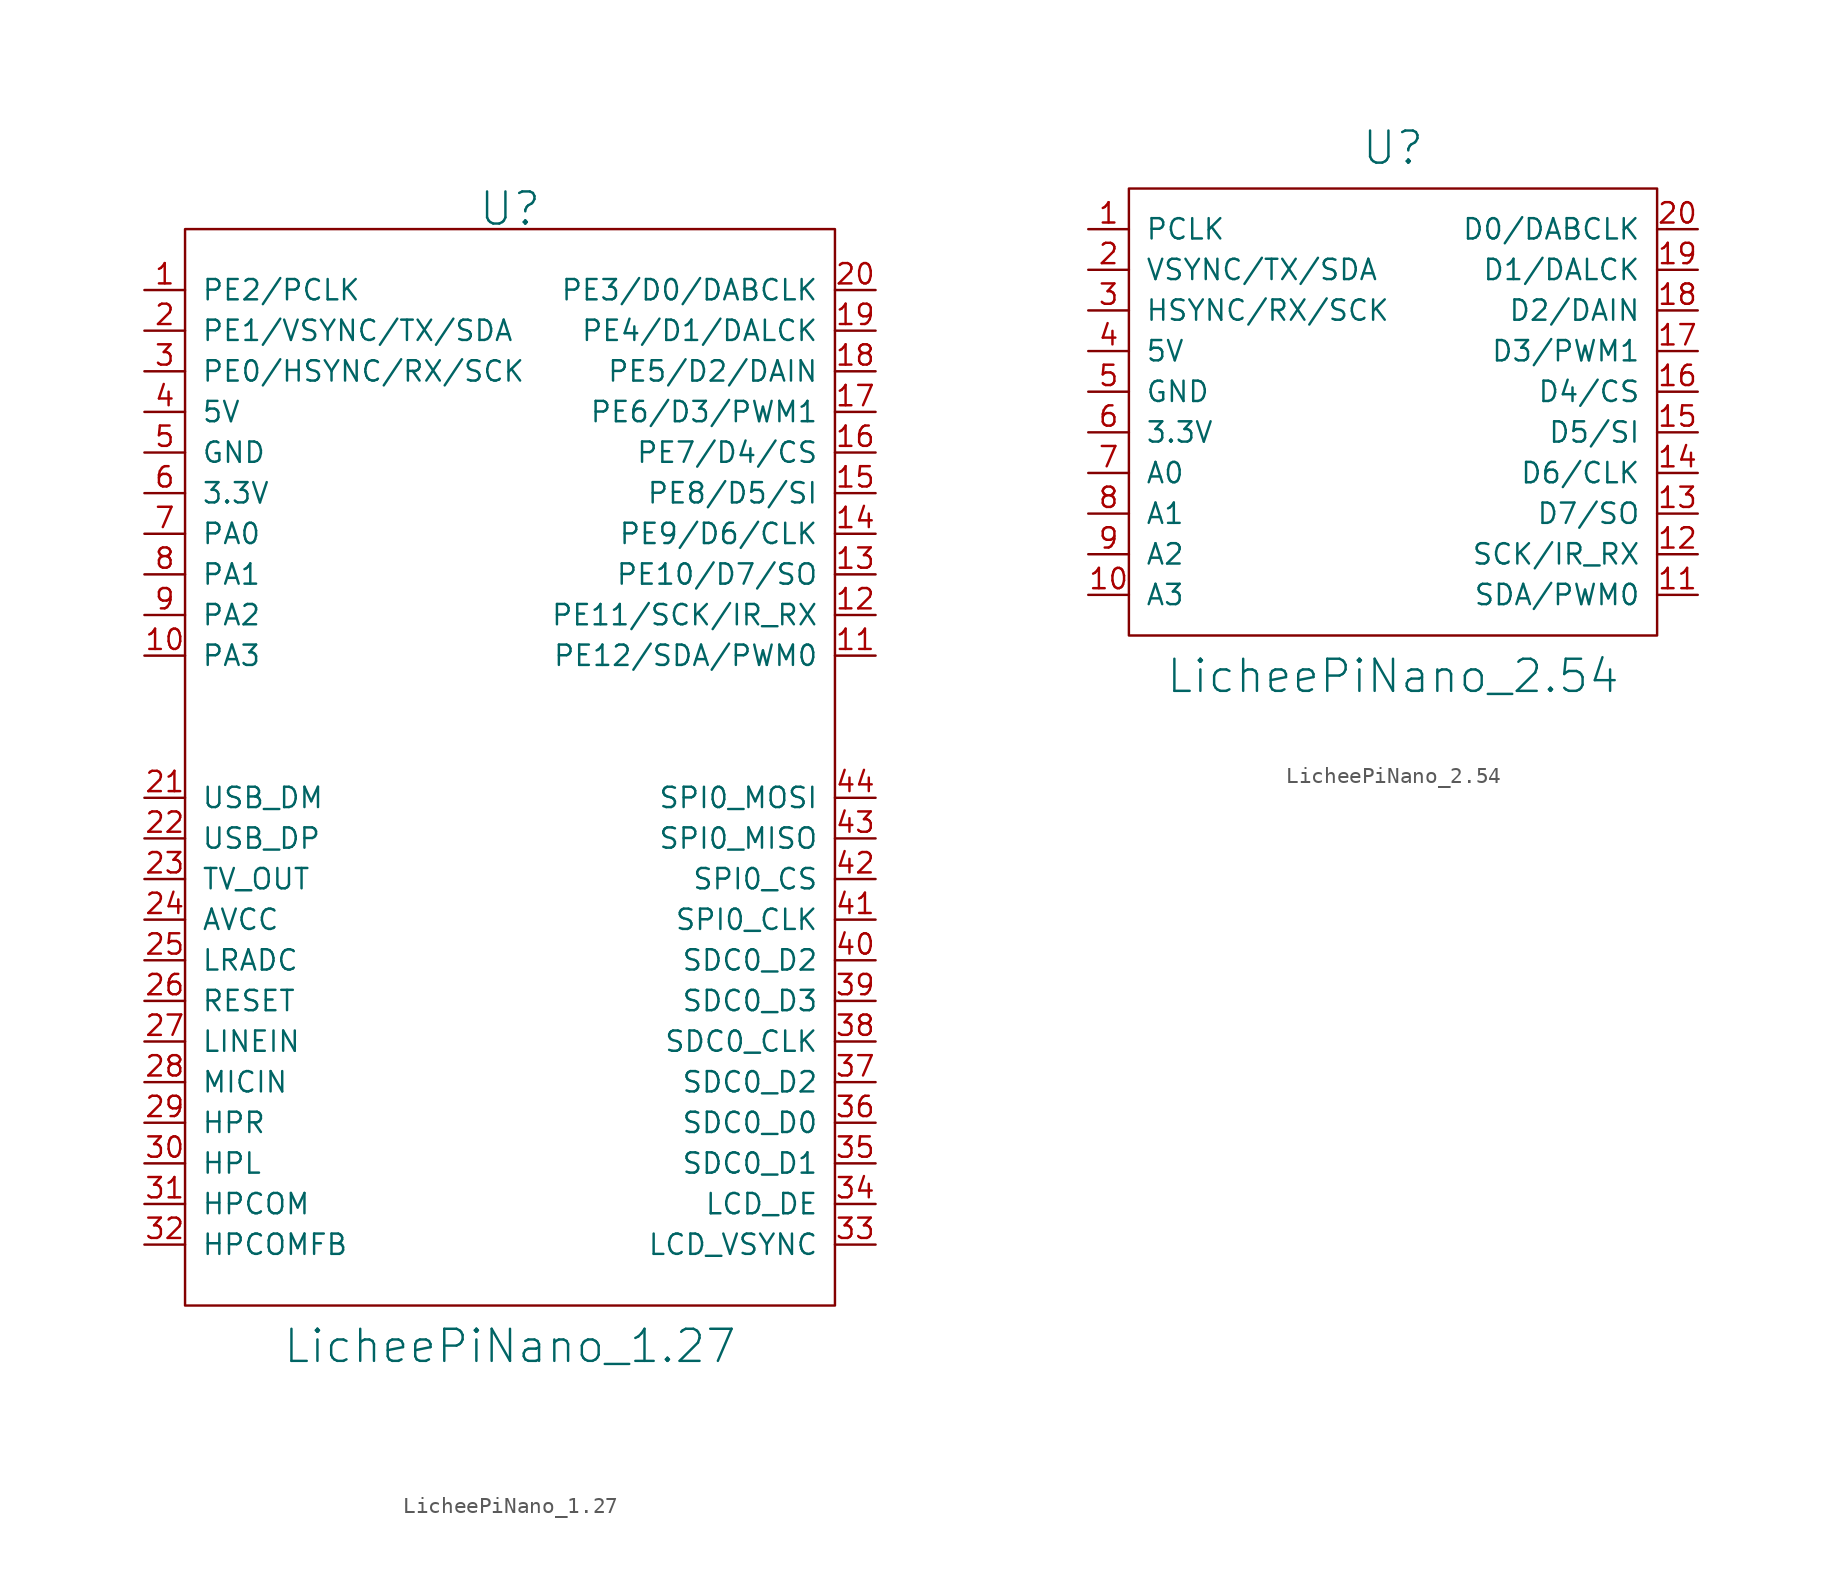
<source format=kicad_sym>
(kicad_symbol_lib
  (version 20220914)
  (generator kicad_symbol_editor)
  (symbol "LicheePiNano_1.27"
    (pin_names
      (offset 1.016))
    (property "Reference" "U"
      (at 0 16.51 0)
      (effects (font (size 2.007 2.007))))
    (property "Value" "LicheePiNano_1.27"
      (at 0 -54.61 0)
      (effects (font (size 2.007 2.007))))
    (symbol "LicheePiNano_1.27_0_0"
      (pin input line (at 22.86 -8.89 180) (length 2.54) (name "PE11/SCK/IR_RX" (effects (font (size 1.27 1.27)))) (number "12" (effects (font (size 1.27 1.27)))))
      (pin input line (at 22.86 -6.35 180) (length 2.54) (name "PE10/D7/SO" (effects (font (size 1.27 1.27)))) (number "13" (effects (font (size 1.27 1.27)))))
      (pin input line (at 22.86 -3.81 180) (length 2.54) (name "PE9/D6/CLK" (effects (font (size 1.27 1.27)))) (number "14" (effects (font (size 1.27 1.27)))))
      (pin input line (at 22.86 -1.27 180) (length 2.54) (name "PE8/D5/SI" (effects (font (size 1.27 1.27)))) (number "15" (effects (font (size 1.27 1.27)))))
      (pin input line (at 22.86 1.27 180) (length 2.54) (name "PE7/D4/CS" (effects (font (size 1.27 1.27)))) (number "16" (effects (font (size 1.27 1.27)))))
      (pin input line (at 22.86 3.81 180) (length 2.54) (name "PE6/D3/PWM1" (effects (font (size 1.27 1.27)))) (number "17" (effects (font (size 1.27 1.27)))))
      (pin input line (at 22.86 6.35 180) (length 2.54) (name "PE5/D2/DAIN" (effects (font (size 1.27 1.27)))) (number "18" (effects (font (size 1.27 1.27)))))
      (pin input line (at 22.86 8.89 180) (length 2.54) (name "PE4/D1/DALCK" (effects (font (size 1.27 1.27)))) (number "19" (effects (font (size 1.27 1.27)))))
      (pin input line (at 22.86 11.43 180) (length 2.54) (name "PE3/D0/DABCLK" (effects (font (size 1.27 1.27)))) (number "20" (effects (font (size 1.27 1.27)))))
      (pin input line (at 22.86 -45.72 180) (length 2.54) (name "LCD_DE" (effects (font (size 1.27 1.27)))) (number "34" (effects (font (size 1.27 1.27)))))
      (pin input line (at 22.86 -43.18 180) (length 2.54) (name "SDC0_D1" (effects (font (size 1.27 1.27)))) (number "35" (effects (font (size 1.27 1.27)))))
      (pin input line (at 22.86 -40.64 180) (length 2.54) (name "SDC0_D0" (effects (font (size 1.27 1.27)))) (number "36" (effects (font (size 1.27 1.27)))))
      (pin input line (at 22.86 -38.1 180) (length 2.54) (name "SDC0_D2" (effects (font (size 1.27 1.27)))) (number "37" (effects (font (size 1.27 1.27)))))
      (pin input line (at 22.86 -35.56 180) (length 2.54) (name "SDC0_CLK" (effects (font (size 1.27 1.27)))) (number "38" (effects (font (size 1.27 1.27)))))
      (pin input line (at 22.86 -33.02 180) (length 2.54) (name "SDC0_D3" (effects (font (size 1.27 1.27)))) (number "39" (effects (font (size 1.27 1.27)))))
      (pin input line (at 22.86 -30.48 180) (length 2.54) (name "SDC0_D2" (effects (font (size 1.27 1.27)))) (number "40" (effects (font (size 1.27 1.27)))))
      (pin input line (at 22.86 -27.94 180) (length 2.54) (name "SPI0_CLK" (effects (font (size 1.27 1.27)))) (number "41" (effects (font (size 1.27 1.27)))))
      (pin input line (at 22.86 -25.4 180) (length 2.54) (name "SPI0_CS" (effects (font (size 1.27 1.27)))) (number "42" (effects (font (size 1.27 1.27)))))
      (pin input line (at 22.86 -22.86 180) (length 2.54) (name "SPI0_MISO" (effects (font (size 1.27 1.27)))) (number "43" (effects (font (size 1.27 1.27))))))
    (symbol "LicheePiNano_1.27_0_1"
      (rectangle (start -20.32 15.24) (end 20.32 -52.07) (stroke (width 0) (type solid)) (fill (type none))))
    (symbol "LicheePiNano_1.27_1_1"
      (pin input line (at -22.86 11.43 0) (length 2.54) (name "PE2/PCLK" (effects (font (size 1.27 1.27)))) (number "1" (effects (font (size 1.27 1.27)))))
      (pin input line (at -22.86 -11.43 0) (length 2.54) (name "PA3" (effects (font (size 1.27 1.27)))) (number "10" (effects (font (size 1.27 1.27)))))
      (pin input line (at 22.86 -11.43 180) (length 2.54) (name "PE12/SDA/PWM0" (effects (font (size 1.27 1.27)))) (number "11" (effects (font (size 1.27 1.27)))))
      (pin input line (at -22.86 8.89 0) (length 2.54) (name "PE1/VSYNC/TX/SDA" (effects (font (size 1.27 1.27)))) (number "2" (effects (font (size 1.27 1.27)))))
      (pin input line (at -22.86 -20.32 0) (length 2.54) (name "USB_DM" (effects (font (size 1.27 1.27)))) (number "21" (effects (font (size 1.27 1.27)))))
      (pin input line (at -22.86 -22.86 0) (length 2.54) (name "USB_DP" (effects (font (size 1.27 1.27)))) (number "22" (effects (font (size 1.27 1.27)))))
      (pin input line (at -22.86 -25.4 0) (length 2.54) (name "TV_OUT" (effects (font (size 1.27 1.27)))) (number "23" (effects (font (size 1.27 1.27)))))
      (pin input line (at -22.86 -27.94 0) (length 2.54) (name "AVCC" (effects (font (size 1.27 1.27)))) (number "24" (effects (font (size 1.27 1.27)))))
      (pin input line (at -22.86 -30.48 0) (length 2.54) (name "LRADC" (effects (font (size 1.27 1.27)))) (number "25" (effects (font (size 1.27 1.27)))))
      (pin input line (at -22.86 -33.02 0) (length 2.54) (name "RESET" (effects (font (size 1.27 1.27)))) (number "26" (effects (font (size 1.27 1.27)))))
      (pin input line (at -22.86 -35.56 0) (length 2.54) (name "LINEIN" (effects (font (size 1.27 1.27)))) (number "27" (effects (font (size 1.27 1.27)))))
      (pin input line (at -22.86 -38.1 0) (length 2.54) (name "MICIN" (effects (font (size 1.27 1.27)))) (number "28" (effects (font (size 1.27 1.27)))))
      (pin input line (at -22.86 -40.64 0) (length 2.54) (name "HPR" (effects (font (size 1.27 1.27)))) (number "29" (effects (font (size 1.27 1.27)))))
      (pin input line (at -22.86 6.35 0) (length 2.54) (name "PE0/HSYNC/RX/SCK" (effects (font (size 1.27 1.27)))) (number "3" (effects (font (size 1.27 1.27)))))
      (pin input line (at -22.86 -43.18 0) (length 2.54) (name "HPL" (effects (font (size 1.27 1.27)))) (number "30" (effects (font (size 1.27 1.27)))))
      (pin input line (at -22.86 -45.72 0) (length 2.54) (name "HPCOM" (effects (font (size 1.27 1.27)))) (number "31" (effects (font (size 1.27 1.27)))))
      (pin input line (at -22.86 -48.26 0) (length 2.54) (name "HPCOMFB" (effects (font (size 1.27 1.27)))) (number "32" (effects (font (size 1.27 1.27)))))
      (pin input line (at 22.86 -48.26 180) (length 2.54) (name "LCD_VSYNC" (effects (font (size 1.27 1.27)))) (number "33" (effects (font (size 1.27 1.27)))))
      (pin input line (at -22.86 3.81 0) (length 2.54) (name "5V" (effects (font (size 1.27 1.27)))) (number "4" (effects (font (size 1.27 1.27)))))
      (pin input line (at 22.86 -20.32 180) (length 2.54) (name "SPI0_MOSI" (effects (font (size 1.27 1.27)))) (number "44" (effects (font (size 1.27 1.27)))))
      (pin input line (at -22.86 1.27 0) (length 2.54) (name "GND" (effects (font (size 1.27 1.27)))) (number "5" (effects (font (size 1.27 1.27)))))
      (pin input line (at -22.86 -1.27 0) (length 2.54) (name "3.3V" (effects (font (size 1.27 1.27)))) (number "6" (effects (font (size 1.27 1.27)))))
      (pin input line (at -22.86 -3.81 0) (length 2.54) (name "PA0" (effects (font (size 1.27 1.27)))) (number "7" (effects (font (size 1.27 1.27)))))
      (pin input line (at -22.86 -6.35 0) (length 2.54) (name "PA1" (effects (font (size 1.27 1.27)))) (number "8" (effects (font (size 1.27 1.27)))))
      (pin input line (at -22.86 -8.89 0) (length 2.54) (name "PA2" (effects (font (size 1.27 1.27)))) (number "9" (effects (font (size 1.27 1.27)))))))
  (symbol "LicheePiNano_2.54"
    (pin_names
      (offset 1.016))
    (property "Reference" "U"
      (at 0 16.51 0)
      (effects (font (size 2.007 2.007))))
    (property "Value" "LicheePiNano_2.54"
      (at 0 -16.51 0)
      (effects (font (size 2.007 2.007))))
    (symbol "LicheePiNano_2.54_0_0"
      (pin unspecified line (at 19.05 -8.89 180) (length 2.54) (name "SCK/IR_RX" (effects (font (size 1.27 1.27)))) (number "12" (effects (font (size 1.27 1.27)))))
      (pin unspecified line (at 19.05 -6.35 180) (length 2.54) (name "D7/SO" (effects (font (size 1.27 1.27)))) (number "13" (effects (font (size 1.27 1.27)))))
      (pin unspecified line (at 19.05 -3.81 180) (length 2.54) (name "D6/CLK" (effects (font (size 1.27 1.27)))) (number "14" (effects (font (size 1.27 1.27)))))
      (pin unspecified line (at 19.05 -1.27 180) (length 2.54) (name "D5/SI" (effects (font (size 1.27 1.27)))) (number "15" (effects (font (size 1.27 1.27)))))
      (pin unspecified line (at 19.05 1.27 180) (length 2.54) (name "D4/CS" (effects (font (size 1.27 1.27)))) (number "16" (effects (font (size 1.27 1.27)))))
      (pin unspecified line (at 19.05 3.81 180) (length 2.54) (name "D3/PWM1" (effects (font (size 1.27 1.27)))) (number "17" (effects (font (size 1.27 1.27)))))
      (pin unspecified line (at 19.05 6.35 180) (length 2.54) (name "D2/DAIN" (effects (font (size 1.27 1.27)))) (number "18" (effects (font (size 1.27 1.27)))))
      (pin unspecified line (at 19.05 8.89 180) (length 2.54) (name "D1/DALCK" (effects (font (size 1.27 1.27)))) (number "19" (effects (font (size 1.27 1.27)))))
      (pin unspecified line (at 19.05 11.43 180) (length 2.54) (name "D0/DABCLK" (effects (font (size 1.27 1.27)))) (number "20" (effects (font (size 1.27 1.27))))))
    (symbol "LicheePiNano_2.54_0_1"
      (rectangle (start -16.51 13.97) (end 16.51 -13.97) (stroke (width 0) (type solid)) (fill (type none))))
    (symbol "LicheePiNano_2.54_1_1"
      (pin input line (at -19.05 11.43 0) (length 2.54) (name "PCLK" (effects (font (size 1.27 1.27)))) (number "1" (effects (font (size 1.27 1.27)))))
      (pin input line (at -19.05 -11.43 0) (length 2.54) (name "A3" (effects (font (size 1.27 1.27)))) (number "10" (effects (font (size 1.27 1.27)))))
      (pin input line (at 19.05 -11.43 180) (length 2.54) (name "SDA/PWM0" (effects (font (size 1.27 1.27)))) (number "11" (effects (font (size 1.27 1.27)))))
      (pin input line (at -19.05 8.89 0) (length 2.54) (name "VSYNC/TX/SDA" (effects (font (size 1.27 1.27)))) (number "2" (effects (font (size 1.27 1.27)))))
      (pin input line (at -19.05 6.35 0) (length 2.54) (name "HSYNC/RX/SCK" (effects (font (size 1.27 1.27)))) (number "3" (effects (font (size 1.27 1.27)))))
      (pin input line (at -19.05 3.81 0) (length 2.54) (name "5V" (effects (font (size 1.27 1.27)))) (number "4" (effects (font (size 1.27 1.27)))))
      (pin input line (at -19.05 1.27 0) (length 2.54) (name "GND" (effects (font (size 1.27 1.27)))) (number "5" (effects (font (size 1.27 1.27)))))
      (pin input line (at -19.05 -1.27 0) (length 2.54) (name "3.3V" (effects (font (size 1.27 1.27)))) (number "6" (effects (font (size 1.27 1.27)))))
      (pin input line (at -19.05 -3.81 0) (length 2.54) (name "A0" (effects (font (size 1.27 1.27)))) (number "7" (effects (font (size 1.27 1.27)))))
      (pin input line (at -19.05 -6.35 0) (length 2.54) (name "A1" (effects (font (size 1.27 1.27)))) (number "8" (effects (font (size 1.27 1.27)))))
      (pin input line (at -19.05 -8.89 0) (length 2.54) (name "A2" (effects (font (size 1.27 1.27)))) (number "9" (effects (font (size 1.27 1.27))))))))
</source>
